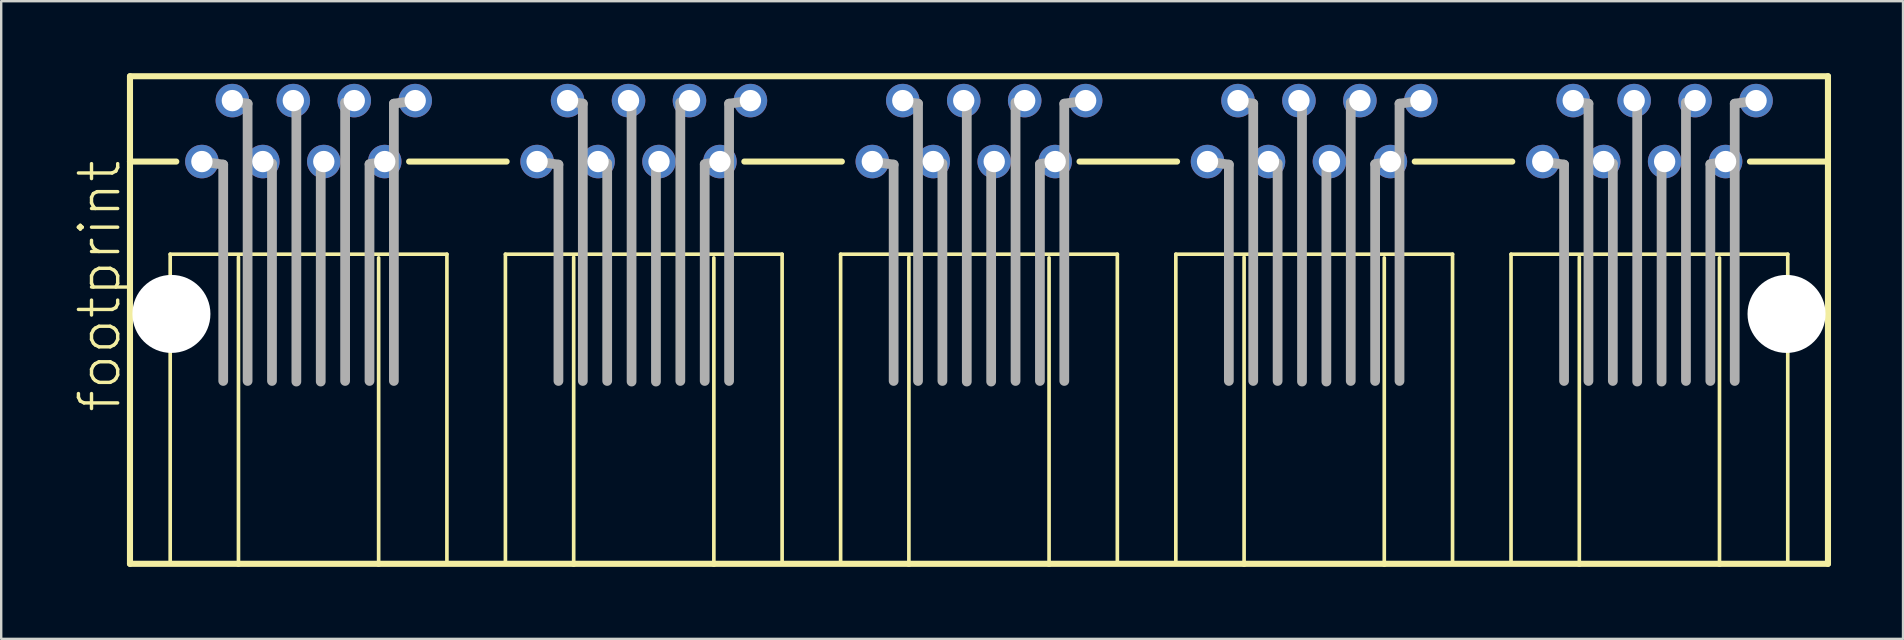
<source format=kicad_pcb>
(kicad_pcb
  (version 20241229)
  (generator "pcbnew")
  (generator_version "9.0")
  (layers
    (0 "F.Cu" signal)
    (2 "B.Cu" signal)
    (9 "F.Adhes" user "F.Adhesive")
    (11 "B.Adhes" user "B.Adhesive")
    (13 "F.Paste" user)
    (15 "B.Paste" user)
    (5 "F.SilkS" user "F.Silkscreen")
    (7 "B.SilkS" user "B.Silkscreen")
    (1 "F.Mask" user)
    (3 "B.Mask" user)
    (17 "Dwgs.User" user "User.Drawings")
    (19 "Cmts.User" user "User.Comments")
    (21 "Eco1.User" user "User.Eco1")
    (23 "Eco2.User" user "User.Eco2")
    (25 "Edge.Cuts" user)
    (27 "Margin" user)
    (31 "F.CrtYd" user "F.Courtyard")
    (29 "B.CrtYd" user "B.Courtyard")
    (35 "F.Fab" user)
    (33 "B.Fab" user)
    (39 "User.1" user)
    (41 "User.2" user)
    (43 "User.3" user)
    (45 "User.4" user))
  (footprint "footprint"
    (layer "F.Cu")
    (at 37.749 10.033)
    (property "Reference" "footprint" (at -35.687 4.191 90) (layer "F.SilkS") (effects (font (size 1.636 1.636) (thickness 0.142)) (justify left bottom)))
    (fp_line (start -35.382 -9.906) (end -35.382 -6.35) (stroke (width 0.254) (type solid)) (layer "F.SilkS"))
    (fp_line (start -35.382 -6.35) (end -35.382 10.414) (stroke (width 0.254) (type solid)) (layer "F.SilkS"))
    (fp_line (start -35.382 10.414) (end -30.861 10.414) (stroke (width 0.254) (type solid)) (layer "F.SilkS"))
    (fp_line (start -33.706 -2.489) (end -33.706 10.363) (stroke (width 0.152) (type solid)) (layer "F.SilkS"))
    (fp_line (start -33.452 -6.35) (end -35.382 -6.35) (stroke (width 0.254) (type solid)) (layer "F.SilkS"))
    (fp_line (start -30.861 10.414) (end -30.861 -2.362) (stroke (width 0.152) (type solid)) (layer "F.SilkS"))
    (fp_line (start -30.861 10.414) (end -25.019 10.414) (stroke (width 0.254) (type solid)) (layer "F.SilkS"))
    (fp_line (start -25.019 -2.337) (end -25.019 10.414) (stroke (width 0.152) (type solid)) (layer "F.SilkS"))
    (fp_line (start -25.019 10.414) (end -16.891 10.414) (stroke (width 0.254) (type solid)) (layer "F.SilkS"))
    (fp_line (start -23.749 -6.35) (end -19.685 -6.35) (stroke (width 0.254) (type solid)) (layer "F.SilkS"))
    (fp_line (start -22.174 -2.489) (end -33.706 -2.489) (stroke (width 0.152) (type solid)) (layer "F.SilkS"))
    (fp_line (start -22.174 10.363) (end -22.174 -2.489) (stroke (width 0.152) (type solid)) (layer "F.SilkS"))
    (fp_line (start -19.736 -2.489) (end -19.736 10.363) (stroke (width 0.152) (type solid)) (layer "F.SilkS"))
    (fp_line (start -16.891 10.414) (end -16.891 -2.362) (stroke (width 0.152) (type solid)) (layer "F.SilkS"))
    (fp_line (start -16.891 10.414) (end -11.049 10.414) (stroke (width 0.254) (type solid)) (layer "F.SilkS"))
    (fp_line (start -11.049 -2.337) (end -11.049 10.414) (stroke (width 0.152) (type solid)) (layer "F.SilkS"))
    (fp_line (start -11.049 10.414) (end -2.921 10.414) (stroke (width 0.254) (type solid)) (layer "F.SilkS"))
    (fp_line (start -9.779 -6.35) (end -5.715 -6.35) (stroke (width 0.254) (type solid)) (layer "F.SilkS"))
    (fp_line (start -8.204 -2.489) (end -19.736 -2.489) (stroke (width 0.152) (type solid)) (layer "F.SilkS"))
    (fp_line (start -8.204 10.363) (end -8.204 -2.489) (stroke (width 0.152) (type solid)) (layer "F.SilkS"))
    (fp_line (start -5.766 -2.489) (end -5.766 10.363) (stroke (width 0.152) (type solid)) (layer "F.SilkS"))
    (fp_line (start -2.921 10.414) (end -2.921 -2.362) (stroke (width 0.152) (type solid)) (layer "F.SilkS"))
    (fp_line (start -2.921 10.414) (end 2.921 10.414) (stroke (width 0.254) (type solid)) (layer "F.SilkS"))
    (fp_line (start 2.921 -2.337) (end 2.921 10.414) (stroke (width 0.152) (type solid)) (layer "F.SilkS"))
    (fp_line (start 2.921 10.414) (end 11.049 10.414) (stroke (width 0.254) (type solid)) (layer "F.SilkS"))
    (fp_line (start 4.191 -6.35) (end 8.255 -6.35) (stroke (width 0.254) (type solid)) (layer "F.SilkS"))
    (fp_line (start 5.766 -2.489) (end -5.766 -2.489) (stroke (width 0.152) (type solid)) (layer "F.SilkS"))
    (fp_line (start 5.766 10.363) (end 5.766 -2.489) (stroke (width 0.152) (type solid)) (layer "F.SilkS"))
    (fp_line (start 8.204 -2.489) (end 8.204 10.363) (stroke (width 0.152) (type solid)) (layer "F.SilkS"))
    (fp_line (start 11.049 10.414) (end 11.049 -2.362) (stroke (width 0.152) (type solid)) (layer "F.SilkS"))
    (fp_line (start 11.049 10.414) (end 16.891 10.414) (stroke (width 0.254) (type solid)) (layer "F.SilkS"))
    (fp_line (start 16.891 -2.337) (end 16.891 10.414) (stroke (width 0.152) (type solid)) (layer "F.SilkS"))
    (fp_line (start 16.891 10.414) (end 25.019 10.414) (stroke (width 0.254) (type solid)) (layer "F.SilkS"))
    (fp_line (start 18.161 -6.35) (end 22.225 -6.35) (stroke (width 0.254) (type solid)) (layer "F.SilkS"))
    (fp_line (start 19.736 -2.489) (end 8.204 -2.489) (stroke (width 0.152) (type solid)) (layer "F.SilkS"))
    (fp_line (start 19.736 10.363) (end 19.736 -2.489) (stroke (width 0.152) (type solid)) (layer "F.SilkS"))
    (fp_line (start 22.174 -2.489) (end 22.174 10.363) (stroke (width 0.152) (type solid)) (layer "F.SilkS"))
    (fp_line (start 25.019 10.414) (end 25.019 -2.362) (stroke (width 0.152) (type solid)) (layer "F.SilkS"))
    (fp_line (start 25.019 10.414) (end 30.861 10.414) (stroke (width 0.254) (type solid)) (layer "F.SilkS"))
    (fp_line (start 30.861 -2.337) (end 30.861 10.414) (stroke (width 0.152) (type solid)) (layer "F.SilkS"))
    (fp_line (start 30.861 10.414) (end 35.382 10.414) (stroke (width 0.254) (type solid)) (layer "F.SilkS"))
    (fp_line (start 32.131 -6.35) (end 35.382 -6.35) (stroke (width 0.254) (type solid)) (layer "F.SilkS"))
    (fp_line (start 33.706 -2.489) (end 22.174 -2.489) (stroke (width 0.152) (type solid)) (layer "F.SilkS"))
    (fp_line (start 33.706 10.363) (end 33.706 -2.489) (stroke (width 0.152) (type solid)) (layer "F.SilkS"))
    (fp_line (start 35.382 -9.906) (end -35.382 -9.906) (stroke (width 0.254) (type solid)) (layer "F.SilkS"))
    (fp_line (start 35.382 -6.35) (end 35.382 -9.906) (stroke (width 0.254) (type solid)) (layer "F.SilkS"))
    (fp_line (start 35.382 10.414) (end 35.382 -6.35) (stroke (width 0.254) (type solid)) (layer "F.SilkS"))
    (fp_line (start -32.385 -6.35) (end -31.496 -6.223) (stroke (width 0.406) (type solid)) (layer "F.Fab"))
    (fp_line (start -31.496 -6.223) (end -31.496 2.794) (stroke (width 0.406) (type solid)) (layer "F.Fab"))
    (fp_line (start -31.115 -8.865) (end -30.48 -8.763) (stroke (width 0.406) (type solid)) (layer "F.Fab"))
    (fp_line (start -30.48 -8.763) (end -30.48 2.794) (stroke (width 0.406) (type solid)) (layer "F.Fab"))
    (fp_line (start -29.845 -6.35) (end -29.464 -6.274) (stroke (width 0.406) (type solid)) (layer "F.Fab"))
    (fp_line (start -29.464 -6.223) (end -29.464 2.794) (stroke (width 0.406) (type solid)) (layer "F.Fab"))
    (fp_line (start -28.575 -8.89) (end -28.448 -8.865) (stroke (width 0.406) (type solid)) (layer "F.Fab"))
    (fp_line (start -28.448 -8.763) (end -28.448 2.819) (stroke (width 0.406) (type solid)) (layer "F.Fab"))
    (fp_line (start -27.432 -6.223) (end -27.432 2.819) (stroke (width 0.406) (type solid)) (layer "F.Fab"))
    (fp_line (start -27.305 -6.35) (end -27.432 -6.299) (stroke (width 0.406) (type solid)) (layer "F.Fab"))
    (fp_line (start -26.416 -8.763) (end -26.416 2.794) (stroke (width 0.406) (type solid)) (layer "F.Fab"))
    (fp_line (start -26.035 -8.89) (end -26.416 -8.814) (stroke (width 0.406) (type solid)) (layer "F.Fab"))
    (fp_line (start -25.4 -6.223) (end -25.4 2.794) (stroke (width 0.406) (type solid)) (layer "F.Fab"))
    (fp_line (start -24.765 -6.35) (end -25.4 -6.248) (stroke (width 0.406) (type solid)) (layer "F.Fab"))
    (fp_line (start -24.384 -8.763) (end -24.384 2.794) (stroke (width 0.406) (type solid)) (layer "F.Fab"))
    (fp_line (start -23.495 -8.89) (end -24.384 -8.763) (stroke (width 0.406) (type solid)) (layer "F.Fab"))
    (fp_line (start -18.415 -6.35) (end -17.526 -6.223) (stroke (width 0.406) (type solid)) (layer "F.Fab"))
    (fp_line (start -17.526 -6.223) (end -17.526 2.794) (stroke (width 0.406) (type solid)) (layer "F.Fab"))
    (fp_line (start -17.145 -8.865) (end -16.51 -8.763) (stroke (width 0.406) (type solid)) (layer "F.Fab"))
    (fp_line (start -16.51 -8.763) (end -16.51 2.794) (stroke (width 0.406) (type solid)) (layer "F.Fab"))
    (fp_line (start -15.875 -6.35) (end -15.494 -6.274) (stroke (width 0.406) (type solid)) (layer "F.Fab"))
    (fp_line (start -15.494 -6.223) (end -15.494 2.794) (stroke (width 0.406) (type solid)) (layer "F.Fab"))
    (fp_line (start -14.605 -8.89) (end -14.478 -8.865) (stroke (width 0.406) (type solid)) (layer "F.Fab"))
    (fp_line (start -14.478 -8.763) (end -14.478 2.819) (stroke (width 0.406) (type solid)) (layer "F.Fab"))
    (fp_line (start -13.462 -6.223) (end -13.462 2.819) (stroke (width 0.406) (type solid)) (layer "F.Fab"))
    (fp_line (start -13.335 -6.35) (end -13.462 -6.299) (stroke (width 0.406) (type solid)) (layer "F.Fab"))
    (fp_line (start -12.446 -8.763) (end -12.446 2.794) (stroke (width 0.406) (type solid)) (layer "F.Fab"))
    (fp_line (start -12.065 -8.89) (end -12.446 -8.814) (stroke (width 0.406) (type solid)) (layer "F.Fab"))
    (fp_line (start -11.43 -6.223) (end -11.43 2.794) (stroke (width 0.406) (type solid)) (layer "F.Fab"))
    (fp_line (start -10.795 -6.35) (end -11.43 -6.248) (stroke (width 0.406) (type solid)) (layer "F.Fab"))
    (fp_line (start -10.414 -8.763) (end -10.414 2.794) (stroke (width 0.406) (type solid)) (layer "F.Fab"))
    (fp_line (start -9.525 -8.89) (end -10.414 -8.763) (stroke (width 0.406) (type solid)) (layer "F.Fab"))
    (fp_line (start -4.445 -6.35) (end -3.556 -6.223) (stroke (width 0.406) (type solid)) (layer "F.Fab"))
    (fp_line (start -3.556 -6.223) (end -3.556 2.794) (stroke (width 0.406) (type solid)) (layer "F.Fab"))
    (fp_line (start -3.175 -8.865) (end -2.54 -8.763) (stroke (width 0.406) (type solid)) (layer "F.Fab"))
    (fp_line (start -2.54 -8.763) (end -2.54 2.794) (stroke (width 0.406) (type solid)) (layer "F.Fab"))
    (fp_line (start -1.905 -6.35) (end -1.524 -6.274) (stroke (width 0.406) (type solid)) (layer "F.Fab"))
    (fp_line (start -1.524 -6.223) (end -1.524 2.794) (stroke (width 0.406) (type solid)) (layer "F.Fab"))
    (fp_line (start -0.635 -8.89) (end -0.508 -8.865) (stroke (width 0.406) (type solid)) (layer "F.Fab"))
    (fp_line (start -0.508 -8.763) (end -0.508 2.819) (stroke (width 0.406) (type solid)) (layer "F.Fab"))
    (fp_line (start 0.508 -6.223) (end 0.508 2.819) (stroke (width 0.406) (type solid)) (layer "F.Fab"))
    (fp_line (start 0.635 -6.35) (end 0.508 -6.299) (stroke (width 0.406) (type solid)) (layer "F.Fab"))
    (fp_line (start 1.524 -8.763) (end 1.524 2.794) (stroke (width 0.406) (type solid)) (layer "F.Fab"))
    (fp_line (start 1.905 -8.89) (end 1.524 -8.814) (stroke (width 0.406) (type solid)) (layer "F.Fab"))
    (fp_line (start 2.54 -6.223) (end 2.54 2.794) (stroke (width 0.406) (type solid)) (layer "F.Fab"))
    (fp_line (start 3.175 -6.35) (end 2.54 -6.248) (stroke (width 0.406) (type solid)) (layer "F.Fab"))
    (fp_line (start 3.556 -8.763) (end 3.556 2.794) (stroke (width 0.406) (type solid)) (layer "F.Fab"))
    (fp_line (start 4.445 -8.89) (end 3.556 -8.763) (stroke (width 0.406) (type solid)) (layer "F.Fab"))
    (fp_line (start 9.525 -6.35) (end 10.414 -6.223) (stroke (width 0.406) (type solid)) (layer "F.Fab"))
    (fp_line (start 10.414 -6.223) (end 10.414 2.794) (stroke (width 0.406) (type solid)) (layer "F.Fab"))
    (fp_line (start 10.795 -8.865) (end 11.43 -8.763) (stroke (width 0.406) (type solid)) (layer "F.Fab"))
    (fp_line (start 11.43 -8.763) (end 11.43 2.794) (stroke (width 0.406) (type solid)) (layer "F.Fab"))
    (fp_line (start 12.065 -6.35) (end 12.446 -6.274) (stroke (width 0.406) (type solid)) (layer "F.Fab"))
    (fp_line (start 12.446 -6.223) (end 12.446 2.794) (stroke (width 0.406) (type solid)) (layer "F.Fab"))
    (fp_line (start 13.335 -8.89) (end 13.462 -8.865) (stroke (width 0.406) (type solid)) (layer "F.Fab"))
    (fp_line (start 13.462 -8.763) (end 13.462 2.819) (stroke (width 0.406) (type solid)) (layer "F.Fab"))
    (fp_line (start 14.478 -6.223) (end 14.478 2.819) (stroke (width 0.406) (type solid)) (layer "F.Fab"))
    (fp_line (start 14.605 -6.35) (end 14.478 -6.299) (stroke (width 0.406) (type solid)) (layer "F.Fab"))
    (fp_line (start 15.494 -8.763) (end 15.494 2.794) (stroke (width 0.406) (type solid)) (layer "F.Fab"))
    (fp_line (start 15.875 -8.89) (end 15.494 -8.814) (stroke (width 0.406) (type solid)) (layer "F.Fab"))
    (fp_line (start 16.51 -6.223) (end 16.51 2.794) (stroke (width 0.406) (type solid)) (layer "F.Fab"))
    (fp_line (start 17.145 -6.35) (end 16.51 -6.248) (stroke (width 0.406) (type solid)) (layer "F.Fab"))
    (fp_line (start 17.526 -8.763) (end 17.526 2.794) (stroke (width 0.406) (type solid)) (layer "F.Fab"))
    (fp_line (start 18.415 -8.89) (end 17.526 -8.763) (stroke (width 0.406) (type solid)) (layer "F.Fab"))
    (fp_line (start 23.495 -6.35) (end 24.384 -6.223) (stroke (width 0.406) (type solid)) (layer "F.Fab"))
    (fp_line (start 24.384 -6.223) (end 24.384 2.794) (stroke (width 0.406) (type solid)) (layer "F.Fab"))
    (fp_line (start 24.765 -8.865) (end 25.4 -8.763) (stroke (width 0.406) (type solid)) (layer "F.Fab"))
    (fp_line (start 25.4 -8.763) (end 25.4 2.794) (stroke (width 0.406) (type solid)) (layer "F.Fab"))
    (fp_line (start 26.035 -6.35) (end 26.416 -6.274) (stroke (width 0.406) (type solid)) (layer "F.Fab"))
    (fp_line (start 26.416 -6.223) (end 26.416 2.794) (stroke (width 0.406) (type solid)) (layer "F.Fab"))
    (fp_line (start 27.305 -8.89) (end 27.432 -8.865) (stroke (width 0.406) (type solid)) (layer "F.Fab"))
    (fp_line (start 27.432 -8.763) (end 27.432 2.819) (stroke (width 0.406) (type solid)) (layer "F.Fab"))
    (fp_line (start 28.448 -6.223) (end 28.448 2.819) (stroke (width 0.406) (type solid)) (layer "F.Fab"))
    (fp_line (start 28.575 -6.35) (end 28.448 -6.299) (stroke (width 0.406) (type solid)) (layer "F.Fab"))
    (fp_line (start 29.464 -8.763) (end 29.464 2.794) (stroke (width 0.406) (type solid)) (layer "F.Fab"))
    (fp_line (start 29.845 -8.89) (end 29.464 -8.814) (stroke (width 0.406) (type solid)) (layer "F.Fab"))
    (fp_line (start 30.48 -6.223) (end 30.48 2.794) (stroke (width 0.406) (type solid)) (layer "F.Fab"))
    (fp_line (start 31.115 -6.35) (end 30.48 -6.248) (stroke (width 0.406) (type solid)) (layer "F.Fab"))
    (fp_line (start 31.496 -8.763) (end 31.496 2.794) (stroke (width 0.406) (type solid)) (layer "F.Fab"))
    (fp_line (start 32.385 -8.89) (end 31.496 -8.763) (stroke (width 0.406) (type solid)) (layer "F.Fab"))
    (pad "" np_thru_hole circle (at -33.655 0) (size 3.251 3.251) (drill 3.251) (layers "*.Cu" "*.Mask"))
    (pad "" np_thru_hole circle (at 33.655 0) (size 3.251 3.251) (drill 3.251) (layers "*.Cu" "*.Mask"))
    (pad "1-1" thru_hole circle (at -32.385 -6.35) (size 1.397 1.397) (drill 0.889) (layers "*.Cu" "*.Mask"))
    (pad "1-2" thru_hole circle (at -31.115 -8.89) (size 1.397 1.397) (drill 0.889) (layers "*.Cu" "*.Mask"))
    (pad "1-3" thru_hole circle (at -29.845 -6.35) (size 1.397 1.397) (drill 0.889) (layers "*.Cu" "*.Mask"))
    (pad "1-4" thru_hole circle (at -28.575 -8.89) (size 1.397 1.397) (drill 0.889) (layers "*.Cu" "*.Mask"))
    (pad "1-5" thru_hole circle (at -27.305 -6.35) (size 1.397 1.397) (drill 0.889) (layers "*.Cu" "*.Mask"))
    (pad "1-6" thru_hole circle (at -26.035 -8.89) (size 1.397 1.397) (drill 0.889) (layers "*.Cu" "*.Mask"))
    (pad "1-7" thru_hole circle (at -24.765 -6.35) (size 1.397 1.397) (drill 0.889) (layers "*.Cu" "*.Mask"))
    (pad "1-8" thru_hole circle (at -23.495 -8.89) (size 1.397 1.397) (drill 0.889) (layers "*.Cu" "*.Mask"))
    (pad "2-1" thru_hole circle (at -18.415 -6.35) (size 1.397 1.397) (drill 0.889) (layers "*.Cu" "*.Mask"))
    (pad "2-2" thru_hole circle (at -17.145 -8.89) (size 1.397 1.397) (drill 0.889) (layers "*.Cu" "*.Mask"))
    (pad "2-3" thru_hole circle (at -15.875 -6.35) (size 1.397 1.397) (drill 0.889) (layers "*.Cu" "*.Mask"))
    (pad "2-4" thru_hole circle (at -14.605 -8.89) (size 1.397 1.397) (drill 0.889) (layers "*.Cu" "*.Mask"))
    (pad "2-5" thru_hole circle (at -13.335 -6.35) (size 1.397 1.397) (drill 0.889) (layers "*.Cu" "*.Mask"))
    (pad "2-6" thru_hole circle (at -12.065 -8.89) (size 1.397 1.397) (drill 0.889) (layers "*.Cu" "*.Mask"))
    (pad "2-7" thru_hole circle (at -10.795 -6.35) (size 1.397 1.397) (drill 0.889) (layers "*.Cu" "*.Mask"))
    (pad "2-8" thru_hole circle (at -9.525 -8.89) (size 1.397 1.397) (drill 0.889) (layers "*.Cu" "*.Mask"))
    (pad "3-1" thru_hole circle (at -4.445 -6.35) (size 1.397 1.397) (drill 0.889) (layers "*.Cu" "*.Mask"))
    (pad "3-2" thru_hole circle (at -3.175 -8.89) (size 1.397 1.397) (drill 0.889) (layers "*.Cu" "*.Mask"))
    (pad "3-3" thru_hole circle (at -1.905 -6.35) (size 1.397 1.397) (drill 0.889) (layers "*.Cu" "*.Mask"))
    (pad "3-4" thru_hole circle (at -0.635 -8.89) (size 1.397 1.397) (drill 0.889) (layers "*.Cu" "*.Mask"))
    (pad "3-5" thru_hole circle (at 0.635 -6.35) (size 1.397 1.397) (drill 0.889) (layers "*.Cu" "*.Mask"))
    (pad "3-6" thru_hole circle (at 1.905 -8.89) (size 1.397 1.397) (drill 0.889) (layers "*.Cu" "*.Mask"))
    (pad "3-7" thru_hole circle (at 3.175 -6.35) (size 1.397 1.397) (drill 0.889) (layers "*.Cu" "*.Mask"))
    (pad "3-8" thru_hole circle (at 4.445 -8.89) (size 1.397 1.397) (drill 0.889) (layers "*.Cu" "*.Mask"))
    (pad "4-1" thru_hole circle (at 9.525 -6.35) (size 1.397 1.397) (drill 0.889) (layers "*.Cu" "*.Mask"))
    (pad "4-2" thru_hole circle (at 10.795 -8.89) (size 1.397 1.397) (drill 0.889) (layers "*.Cu" "*.Mask"))
    (pad "4-3" thru_hole circle (at 12.065 -6.35) (size 1.397 1.397) (drill 0.889) (layers "*.Cu" "*.Mask"))
    (pad "4-4" thru_hole circle (at 13.335 -8.89) (size 1.397 1.397) (drill 0.889) (layers "*.Cu" "*.Mask"))
    (pad "4-5" thru_hole circle (at 14.605 -6.35) (size 1.397 1.397) (drill 0.889) (layers "*.Cu" "*.Mask"))
    (pad "4-6" thru_hole circle (at 15.875 -8.89) (size 1.397 1.397) (drill 0.889) (layers "*.Cu" "*.Mask"))
    (pad "4-7" thru_hole circle (at 17.145 -6.35) (size 1.397 1.397) (drill 0.889) (layers "*.Cu" "*.Mask"))
    (pad "4-8" thru_hole circle (at 18.415 -8.89) (size 1.397 1.397) (drill 0.889) (layers "*.Cu" "*.Mask"))
    (pad "5-1" thru_hole circle (at 23.495 -6.35) (size 1.397 1.397) (drill 0.889) (layers "*.Cu" "*.Mask"))
    (pad "5-2" thru_hole circle (at 24.765 -8.89) (size 1.397 1.397) (drill 0.889) (layers "*.Cu" "*.Mask"))
    (pad "5-3" thru_hole circle (at 26.035 -6.35) (size 1.397 1.397) (drill 0.889) (layers "*.Cu" "*.Mask"))
    (pad "5-4" thru_hole circle (at 27.305 -8.89) (size 1.397 1.397) (drill 0.889) (layers "*.Cu" "*.Mask"))
    (pad "5-5" thru_hole circle (at 28.575 -6.35) (size 1.397 1.397) (drill 0.889) (layers "*.Cu" "*.Mask"))
    (pad "5-6" thru_hole circle (at 29.845 -8.89) (size 1.397 1.397) (drill 0.889) (layers "*.Cu" "*.Mask"))
    (pad "5-7" thru_hole circle (at 31.115 -6.35) (size 1.397 1.397) (drill 0.889) (layers "*.Cu" "*.Mask"))
    (pad "5-8" thru_hole circle (at 32.385 -8.89) (size 1.397 1.397) (drill 0.889) (layers "*.Cu" "*.Mask")))
  (gr_rect
    (start -3 -3)
    (end 76.259 23.574)
    (stroke (width 0.1) (type default))
    (fill no)
    (layer "Edge.Cuts")))
</source>
